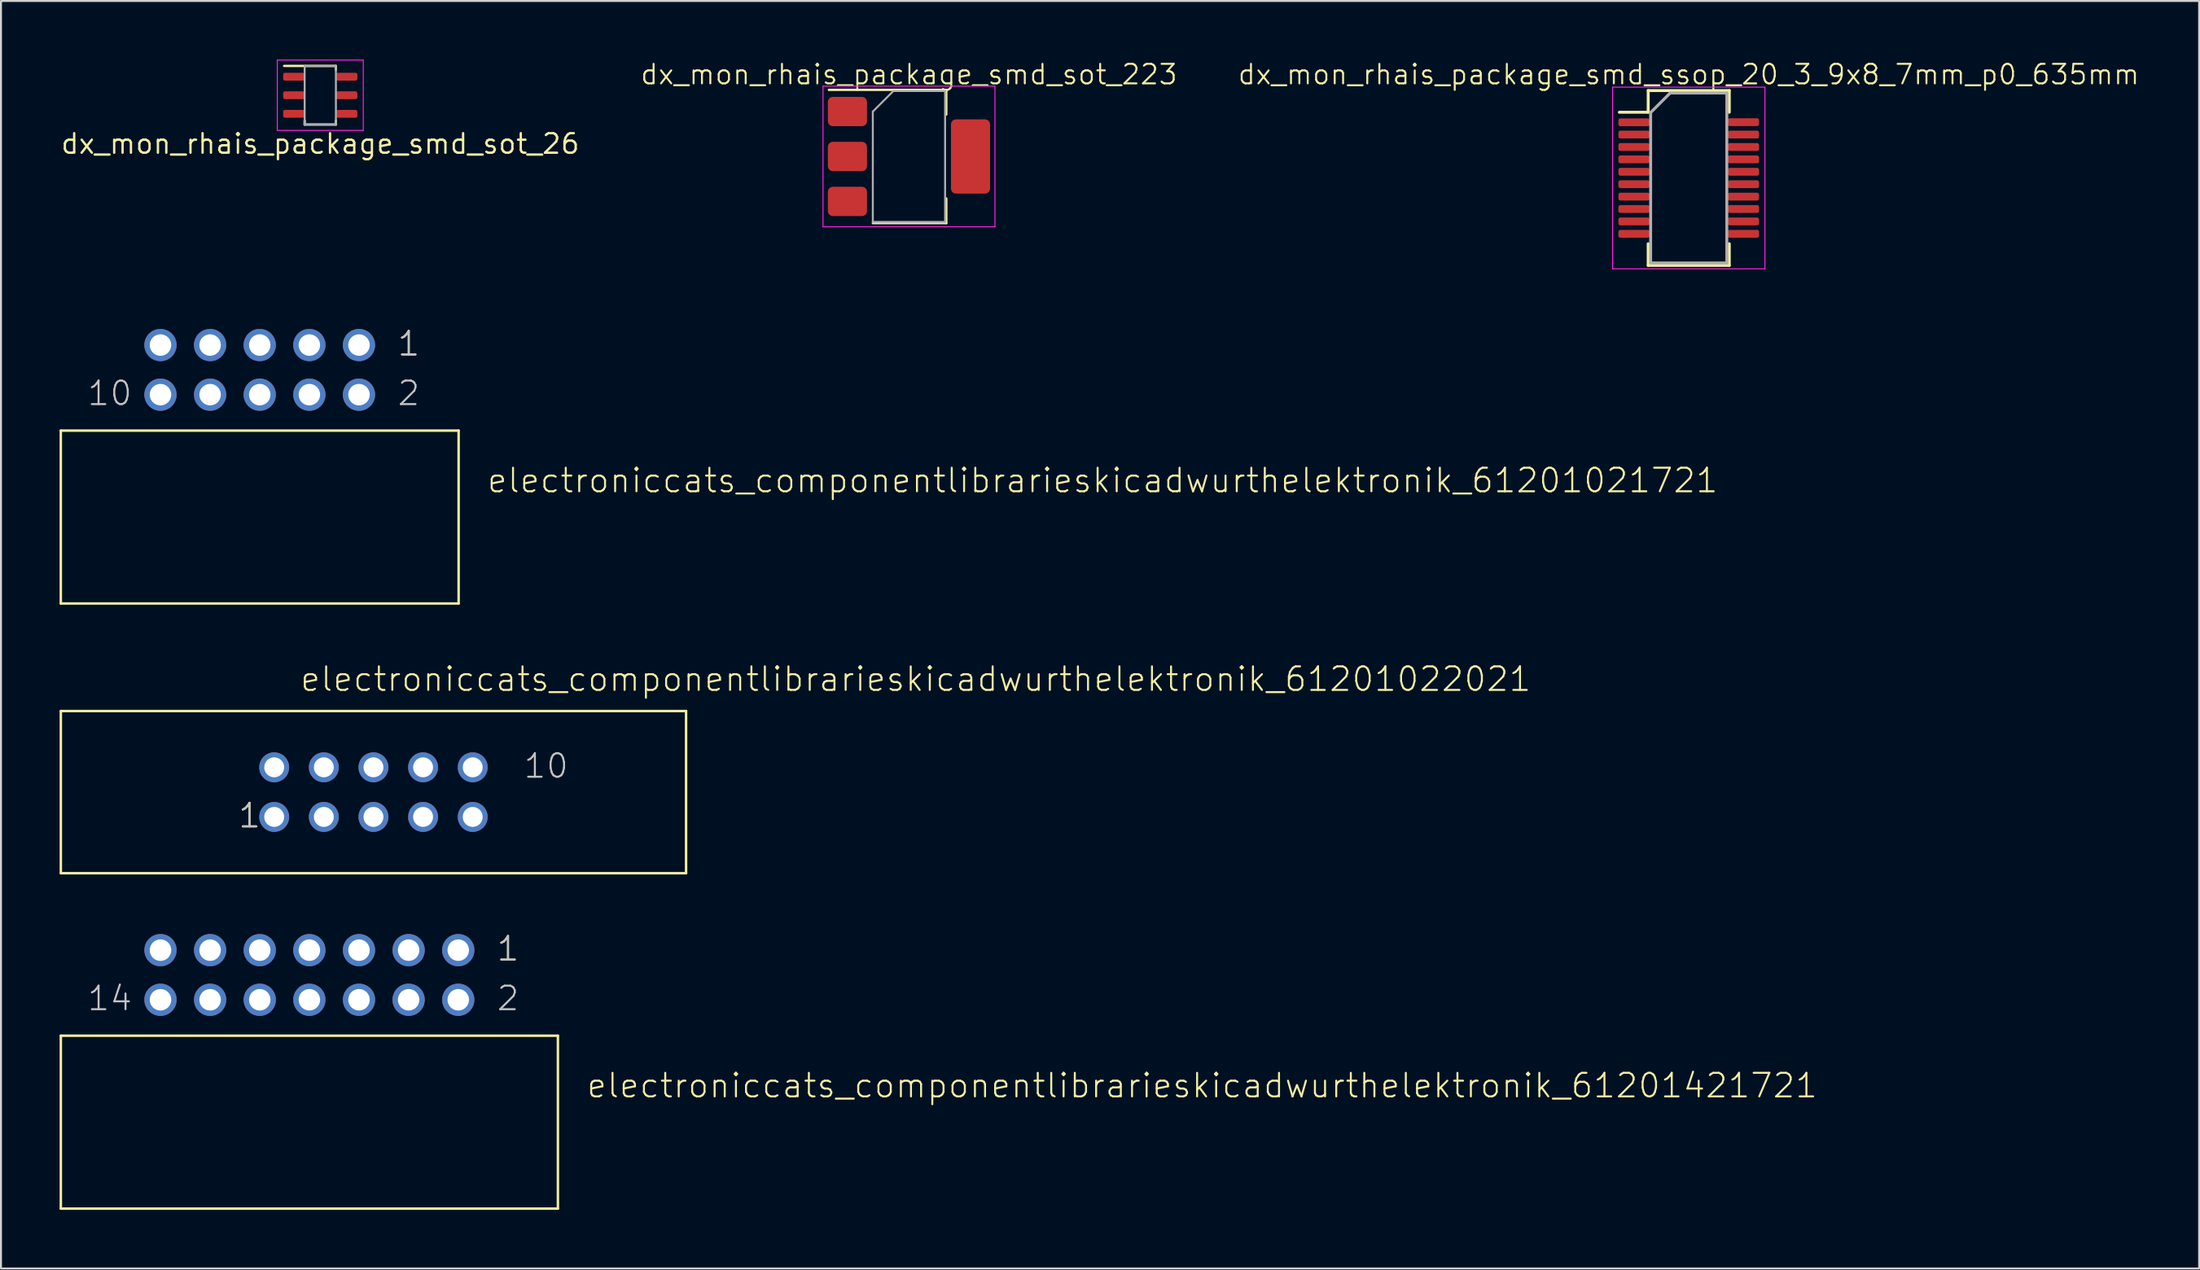
<source format=kicad_pcb>
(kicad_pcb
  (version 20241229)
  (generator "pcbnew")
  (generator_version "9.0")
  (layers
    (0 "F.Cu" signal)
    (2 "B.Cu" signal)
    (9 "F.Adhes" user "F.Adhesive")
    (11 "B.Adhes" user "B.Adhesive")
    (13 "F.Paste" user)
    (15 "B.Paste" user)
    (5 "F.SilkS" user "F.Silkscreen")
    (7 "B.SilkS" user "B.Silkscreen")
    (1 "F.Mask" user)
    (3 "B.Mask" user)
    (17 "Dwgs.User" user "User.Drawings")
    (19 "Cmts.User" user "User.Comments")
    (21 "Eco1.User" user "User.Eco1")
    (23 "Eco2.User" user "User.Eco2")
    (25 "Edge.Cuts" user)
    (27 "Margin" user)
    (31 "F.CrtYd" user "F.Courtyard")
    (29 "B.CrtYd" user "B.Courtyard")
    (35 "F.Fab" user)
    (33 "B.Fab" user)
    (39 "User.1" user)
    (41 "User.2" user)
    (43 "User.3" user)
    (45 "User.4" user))
  (footprint "dx_mon_rhais_package_smd_sot_223"
    (layer "F.Cu")
    (at 43.472 4.96)
    (property "Reference" "dx_mon_rhais_package_smd_sot_223" (at 0 -4.2 0) (layer "F.SilkS") (effects (font (size 1 1) (thickness 0.1))))
    (attr smd)
    (fp_line (start -4.1 -3.41) (end 1.91 -3.41) (stroke (width 0.12) (type solid)) (layer "F.SilkS"))
    (fp_line (start -1.85 3.41) (end 1.91 3.41) (stroke (width 0.12) (type solid)) (layer "F.SilkS"))
    (fp_line (start 1.91 -3.41) (end 1.91 -2.15) (stroke (width 0.12) (type solid)) (layer "F.SilkS"))
    (fp_line (start 1.91 3.41) (end 1.91 2.15) (stroke (width 0.12) (type solid)) (layer "F.SilkS"))
    (fp_line (start -4.4 -3.6) (end -4.4 3.6) (stroke (width 0.05) (type solid)) (layer "F.CrtYd"))
    (fp_line (start -4.4 3.6) (end 4.4 3.6) (stroke (width 0.05) (type solid)) (layer "F.CrtYd"))
    (fp_line (start 4.4 -3.6) (end -4.4 -3.6) (stroke (width 0.05) (type solid)) (layer "F.CrtYd"))
    (fp_line (start 4.4 3.6) (end 4.4 -3.6) (stroke (width 0.05) (type solid)) (layer "F.CrtYd"))
    (fp_line (start -1.85 -2.3) (end -1.85 3.35) (stroke (width 0.1) (type solid)) (layer "F.Fab"))
    (fp_line (start -1.85 -2.3) (end -0.8 -3.35) (stroke (width 0.1) (type solid)) (layer "F.Fab"))
    (fp_line (start -1.85 3.35) (end 1.85 3.35) (stroke (width 0.1) (type solid)) (layer "F.Fab"))
    (fp_line (start -0.8 -3.35) (end 1.85 -3.35) (stroke (width 0.1) (type solid)) (layer "F.Fab"))
    (fp_line (start 1.85 -3.35) (end 1.85 3.35) (stroke (width 0.1) (type solid)) (layer "F.Fab"))
    (pad "1" smd roundrect (at -3.15 -2.3) (size 2 1.5) (layers "F.Cu" "F.Mask" "F.Paste") (roundrect_rratio 0.167))
    (pad "2" smd roundrect (at -3.15 0) (size 2 1.5) (layers "F.Cu" "F.Mask" "F.Paste") (roundrect_rratio 0.167))
    (pad "3" smd roundrect (at -3.15 2.3) (size 2 1.5) (layers "F.Cu" "F.Mask" "F.Paste") (roundrect_rratio 0.167))
    (pad "4" smd roundrect (at 3.15 0) (size 2 3.8) (layers "F.Cu" "F.Mask" "F.Paste") (roundrect_rratio 0.125)))
  (footprint "dx_mon_rhais_package_smd_ssop_20_3_9x8_7mm_p0_635mm"
    (layer "F.Cu")
    (at 83.381 6.061)
    (property "Reference" "dx_mon_rhais_package_smd_ssop_20_3_9x8_7mm_p0_635mm" (at 0 -5.3 0) (layer "F.SilkS") (effects (font (size 1 1) (thickness 0.1))))
    (attr smd)
    (fp_line (start -2.075 -4.475) (end 2.075 -4.475) (stroke (width 0.15) (type solid)) (layer "F.SilkS"))
    (fp_line (start -2.075 -3.365) (end -3.55 -3.365) (stroke (width 0.15) (type solid)) (layer "F.SilkS"))
    (fp_line (start -2.075 -3.365) (end -2.075 -4.475) (stroke (width 0.15) (type solid)) (layer "F.SilkS"))
    (fp_line (start -2.075 4.475) (end -2.075 3.365) (stroke (width 0.15) (type solid)) (layer "F.SilkS"))
    (fp_line (start -2.075 4.475) (end 2.075 4.475) (stroke (width 0.15) (type solid)) (layer "F.SilkS"))
    (fp_line (start 2.075 -4.475) (end 2.075 -3.365) (stroke (width 0.15) (type solid)) (layer "F.SilkS"))
    (fp_line (start 2.075 4.475) (end 2.075 3.365) (stroke (width 0.15) (type solid)) (layer "F.SilkS"))
    (fp_line (start -3.9 -4.65) (end -3.9 4.65) (stroke (width 0.05) (type solid)) (layer "F.CrtYd"))
    (fp_line (start -3.9 -4.65) (end 3.9 -4.65) (stroke (width 0.05) (type solid)) (layer "F.CrtYd"))
    (fp_line (start -3.9 4.65) (end 3.9 4.65) (stroke (width 0.05) (type solid)) (layer "F.CrtYd"))
    (fp_line (start 3.9 -4.65) (end 3.9 4.65) (stroke (width 0.05) (type solid)) (layer "F.CrtYd"))
    (fp_line (start -1.95 -3.35) (end -0.95 -4.35) (stroke (width 0.15) (type solid)) (layer "F.Fab"))
    (fp_line (start -1.95 4.35) (end -1.95 -3.35) (stroke (width 0.15) (type solid)) (layer "F.Fab"))
    (fp_line (start -0.95 -4.35) (end 1.95 -4.35) (stroke (width 0.15) (type solid)) (layer "F.Fab"))
    (fp_line (start 1.95 -4.35) (end 1.95 4.35) (stroke (width 0.15) (type solid)) (layer "F.Fab"))
    (fp_line (start 1.95 4.35) (end -1.95 4.35) (stroke (width 0.15) (type solid)) (layer "F.Fab"))
    (pad "1" smd roundrect (at -2.8 -2.85) (size 1.6 0.4) (layers "F.Cu" "F.Mask" "F.Paste") (roundrect_rratio 0.25))
    (pad "2" smd roundrect (at -2.8 -2.223) (size 1.6 0.4) (layers "F.Cu" "F.Mask" "F.Paste") (roundrect_rratio 0.25))
    (pad "3" smd roundrect (at -2.8 -1.587) (size 1.6 0.4) (layers "F.Cu" "F.Mask" "F.Paste") (roundrect_rratio 0.25))
    (pad "4" smd roundrect (at -2.8 -0.953) (size 1.6 0.4) (layers "F.Cu" "F.Mask" "F.Paste") (roundrect_rratio 0.25))
    (pad "5" smd roundrect (at -2.8 -0.318) (size 1.6 0.4) (layers "F.Cu" "F.Mask" "F.Paste") (roundrect_rratio 0.25))
    (pad "6" smd roundrect (at -2.8 0.318) (size 1.6 0.4) (layers "F.Cu" "F.Mask" "F.Paste") (roundrect_rratio 0.25))
    (pad "7" smd roundrect (at -2.8 0.953) (size 1.6 0.4) (layers "F.Cu" "F.Mask" "F.Paste") (roundrect_rratio 0.25))
    (pad "8" smd roundrect (at -2.8 1.587) (size 1.6 0.4) (layers "F.Cu" "F.Mask" "F.Paste") (roundrect_rratio 0.25))
    (pad "9" smd roundrect (at -2.8 2.223) (size 1.6 0.4) (layers "F.Cu" "F.Mask" "F.Paste") (roundrect_rratio 0.25))
    (pad "10" smd roundrect (at -2.8 2.857) (size 1.6 0.4) (layers "F.Cu" "F.Mask" "F.Paste") (roundrect_rratio 0.25))
    (pad "11" smd roundrect (at 2.8 2.857) (size 1.6 0.4) (layers "F.Cu" "F.Mask" "F.Paste") (roundrect_rratio 0.25))
    (pad "12" smd roundrect (at 2.8 2.223) (size 1.6 0.4) (layers "F.Cu" "F.Mask" "F.Paste") (roundrect_rratio 0.25))
    (pad "13" smd roundrect (at 2.8 1.587) (size 1.6 0.4) (layers "F.Cu" "F.Mask" "F.Paste") (roundrect_rratio 0.25))
    (pad "14" smd roundrect (at 2.8 0.953) (size 1.6 0.4) (layers "F.Cu" "F.Mask" "F.Paste") (roundrect_rratio 0.25))
    (pad "15" smd roundrect (at 2.8 0.318) (size 1.6 0.4) (layers "F.Cu" "F.Mask" "F.Paste") (roundrect_rratio 0.25))
    (pad "16" smd roundrect (at 2.8 -0.318) (size 1.6 0.4) (layers "F.Cu" "F.Mask" "F.Paste") (roundrect_rratio 0.25))
    (pad "17" smd roundrect (at 2.8 -0.953) (size 1.6 0.4) (layers "F.Cu" "F.Mask" "F.Paste") (roundrect_rratio 0.25))
    (pad "18" smd roundrect (at 2.8 -1.587) (size 1.6 0.4) (layers "F.Cu" "F.Mask" "F.Paste") (roundrect_rratio 0.25))
    (pad "19" smd roundrect (at 2.8 -2.223) (size 1.6 0.4) (layers "F.Cu" "F.Mask" "F.Paste") (roundrect_rratio 0.25))
    (pad "20" smd roundrect (at 2.8 -2.857) (size 1.6 0.4) (layers "F.Cu" "F.Mask" "F.Paste") (roundrect_rratio 0.25)))
  (footprint "dx_mon_rhais_package_smd_sot_26"
    (layer "F.Cu")
    (at 13.342 1.825)
    (property "Reference" "dx_mon_rhais_package_smd_sot_26" (at 0 1.9 0) (layer "F.SilkS") (effects (font (size 1 1) (thickness 0.12)) (justify top)))
    (attr smd)
    (fp_line (start -1.85 -1.5) (end 0.8 -1.5) (stroke (width 0.12) (type solid)) (layer "F.SilkS"))
    (fp_line (start -0.8 1.3) (end -0.8 1.5) (stroke (width 0.12) (type solid)) (layer "F.SilkS"))
    (fp_line (start -0.8 1.5) (end 0.8 1.5) (stroke (width 0.12) (type solid)) (layer "F.SilkS"))
    (fp_line (start 0.8 -1.5) (end 0.8 -1.3) (stroke (width 0.12) (type solid)) (layer "F.SilkS"))
    (fp_line (start 0.8 1.5) (end 0.8 1.3) (stroke (width 0.12) (type solid)) (layer "F.SilkS"))
    (fp_line (start -2.2 -1.8) (end 2.2 -1.8) (stroke (width 0.05) (type solid)) (layer "F.CrtYd"))
    (fp_line (start -2.2 1.8) (end -2.2 -1.8) (stroke (width 0.05) (type solid)) (layer "F.CrtYd"))
    (fp_line (start 2.2 -1.8) (end 2.2 1.8) (stroke (width 0.05) (type solid)) (layer "F.CrtYd"))
    (fp_line (start 2.2 1.8) (end -2.2 1.8) (stroke (width 0.05) (type solid)) (layer "F.CrtYd"))
    (fp_line (start -0.8 -1.5) (end 0.8 -1.5) (stroke (width 0.1) (type solid)) (layer "F.Fab"))
    (fp_line (start -0.8 1.5) (end -0.8 -1.5) (stroke (width 0.1) (type solid)) (layer "F.Fab"))
    (fp_line (start 0.8 -1.5) (end 0.8 1.5) (stroke (width 0.1) (type solid)) (layer "F.Fab"))
    (fp_line (start 0.8 1.5) (end -0.8 1.5) (stroke (width 0.1) (type solid)) (layer "F.Fab"))
    (pad "1" smd roundrect (at -1.35 -0.95 90) (size 0.4 1.1) (layers "F.Cu" "F.Mask" "F.Paste") (roundrect_rratio 0.25))
    (pad "2" smd roundrect (at -1.35 0 90) (size 0.4 1.1) (layers "F.Cu" "F.Mask" "F.Paste") (roundrect_rratio 0.25))
    (pad "3" smd roundrect (at -1.35 0.95 90) (size 0.4 1.1) (layers "F.Cu" "F.Mask" "F.Paste") (roundrect_rratio 0.25))
    (pad "4" smd roundrect (at 1.35 0.95 270) (size 0.4 1.1) (layers "F.Cu" "F.Mask" "F.Paste") (roundrect_rratio 0.25))
    (pad "5" smd roundrect (at 1.35 0 270) (size 0.4 1.1) (layers "F.Cu" "F.Mask" "F.Paste") (roundrect_rratio 0.25))
    (pad "6" smd roundrect (at 1.35 -0.95 270) (size 0.4 1.1) (layers "F.Cu" "F.Mask" "F.Paste") (roundrect_rratio 0.25)))
  (footprint "electroniccats_componentlibrarieskicadwurthelektronik_61201021721"
    (layer "F.Cu")
    (at 10.243 15.882)
    (property "Reference" "electroniccats_componentlibrarieskicadwurthelektronik_61201021721" (at 11.576 6.368 0) (layer "F.SilkS") (effects (font (size 1.206 1.206) (thickness 0.102)) (justify left bottom)))
    (attr through_hole)
    (fp_line (start -10.18 3.11) (end 10.18 3.11) (stroke (width 0.127) (type solid)) (layer "F.SilkS"))
    (fp_line (start -10.18 11.96) (end -10.18 3.11) (stroke (width 0.127) (type solid)) (layer "F.SilkS"))
    (fp_line (start 10.18 3.11) (end 10.18 11.96) (stroke (width 0.127) (type solid)) (layer "F.SilkS"))
    (fp_line (start 10.18 11.96) (end -10.18 11.96) (stroke (width 0.127) (type solid)) (layer "F.SilkS"))
    (fp_text user "1" (at 6.985 -0.635 0) (layer "F.SilkS") (effects (font (size 1.206 1.206) (thickness 0.102)) (justify left bottom)))
    (fp_text user "10" (at -8.89 1.905 0) (layer "Dwgs.User") (effects (font (size 1.206 1.206) (thickness 0.102)) (justify left bottom)))
    (fp_text user "2" (at 6.985 1.905 0) (layer "Dwgs.User") (effects (font (size 1.206 1.206) (thickness 0.102)) (justify left bottom)))
    (fp_text user "1" (at 6.985 -0.635 0) (layer "Dwgs.User") (effects (font (size 1.206 1.206) (thickness 0.102)) (justify left bottom)))
    (pad "1" thru_hole circle (at 5.08 -1.27) (size 1.65 1.65) (drill 1.1) (layers "*.Cu" "*.Mask"))
    (pad "2" thru_hole circle (at 5.08 1.27) (size 1.65 1.65) (drill 1.1) (layers "*.Cu" "*.Mask"))
    (pad "3" thru_hole circle (at 2.54 -1.27) (size 1.65 1.65) (drill 1.1) (layers "*.Cu" "*.Mask"))
    (pad "4" thru_hole circle (at 2.54 1.27) (size 1.65 1.65) (drill 1.1) (layers "*.Cu" "*.Mask"))
    (pad "5" thru_hole circle (at 0 -1.27) (size 1.65 1.65) (drill 1.1) (layers "*.Cu" "*.Mask"))
    (pad "6" thru_hole circle (at 0 1.27) (size 1.65 1.65) (drill 1.1) (layers "*.Cu" "*.Mask"))
    (pad "7" thru_hole circle (at -2.54 -1.27) (size 1.65 1.65) (drill 1.1) (layers "*.Cu" "*.Mask"))
    (pad "8" thru_hole circle (at -2.54 1.27) (size 1.65 1.65) (drill 1.1) (layers "*.Cu" "*.Mask"))
    (pad "9" thru_hole circle (at -5.08 -1.27) (size 1.65 1.65) (drill 1.1) (layers "*.Cu" "*.Mask"))
    (pad "10" thru_hole circle (at -5.08 1.27) (size 1.65 1.65) (drill 1.1) (layers "*.Cu" "*.Mask")))
  (footprint "electroniccats_componentlibrarieskicadwurthelektronik_61201421721"
    (layer "F.Cu")
    (at 12.784 46.856)
    (property "Reference" "electroniccats_componentlibrarieskicadwurthelektronik_61201421721" (at 14.127 6.368 0) (layer "F.SilkS") (effects (font (size 1.206 1.206) (thickness 0.102)) (justify left bottom)))
    (attr through_hole)
    (fp_line (start -12.72 3.11) (end 12.72 3.11) (stroke (width 0.127) (type solid)) (layer "F.SilkS"))
    (fp_line (start -12.72 11.96) (end -12.72 3.11) (stroke (width 0.127) (type solid)) (layer "F.SilkS"))
    (fp_line (start 12.72 3.11) (end 12.72 11.96) (stroke (width 0.127) (type solid)) (layer "F.SilkS"))
    (fp_line (start 12.72 11.96) (end -12.72 11.96) (stroke (width 0.127) (type solid)) (layer "F.SilkS"))
    (fp_text user "1" (at 9.525 -0.635 0) (layer "F.SilkS") (effects (font (size 1.206 1.206) (thickness 0.102)) (justify left bottom)))
    (fp_text user "2" (at 9.525 1.905 0) (layer "Dwgs.User") (effects (font (size 1.206 1.206) (thickness 0.102)) (justify left bottom)))
    (fp_text user "14" (at -11.43 1.905 0) (layer "Dwgs.User") (effects (font (size 1.206 1.206) (thickness 0.102)) (justify left bottom)))
    (fp_text user "1" (at 9.525 -0.635 0) (layer "Dwgs.User") (effects (font (size 1.206 1.206) (thickness 0.102)) (justify left bottom)))
    (pad "1" thru_hole circle (at 7.62 -1.27) (size 1.65 1.65) (drill 1.1) (layers "*.Cu" "*.Mask"))
    (pad "2" thru_hole circle (at 7.62 1.27) (size 1.65 1.65) (drill 1.1) (layers "*.Cu" "*.Mask"))
    (pad "3" thru_hole circle (at 5.08 -1.27) (size 1.65 1.65) (drill 1.1) (layers "*.Cu" "*.Mask"))
    (pad "4" thru_hole circle (at 5.08 1.27) (size 1.65 1.65) (drill 1.1) (layers "*.Cu" "*.Mask"))
    (pad "5" thru_hole circle (at 2.54 -1.27) (size 1.65 1.65) (drill 1.1) (layers "*.Cu" "*.Mask"))
    (pad "6" thru_hole circle (at 2.54 1.27) (size 1.65 1.65) (drill 1.1) (layers "*.Cu" "*.Mask"))
    (pad "7" thru_hole circle (at 0 -1.27) (size 1.65 1.65) (drill 1.1) (layers "*.Cu" "*.Mask"))
    (pad "8" thru_hole circle (at 0 1.27) (size 1.65 1.65) (drill 1.1) (layers "*.Cu" "*.Mask"))
    (pad "9" thru_hole circle (at -2.54 -1.27) (size 1.65 1.65) (drill 1.1) (layers "*.Cu" "*.Mask"))
    (pad "10" thru_hole circle (at -2.54 1.27) (size 1.65 1.65) (drill 1.1) (layers "*.Cu" "*.Mask"))
    (pad "11" thru_hole circle (at -5.08 -1.27) (size 1.65 1.65) (drill 1.1) (layers "*.Cu" "*.Mask"))
    (pad "12" thru_hole circle (at -5.08 1.27) (size 1.65 1.65) (drill 1.1) (layers "*.Cu" "*.Mask"))
    (pad "13" thru_hole circle (at -7.62 -1.27) (size 1.65 1.65) (drill 1.1) (layers "*.Cu" "*.Mask"))
    (pad "14" thru_hole circle (at -7.62 1.27) (size 1.65 1.65) (drill 1.1) (layers "*.Cu" "*.Mask")))
  (footprint "electroniccats_componentlibrarieskicadwurthelektronik_61201022021"
    (layer "F.Cu")
    (at 16.064 37.497)
    (property "Reference" "electroniccats_componentlibrarieskicadwurthelektronik_61201022021" (at -3.81 -5.08 0) (layer "F.SilkS") (effects (font (size 1.206 1.206) (thickness 0.102)) (justify left bottom)))
    (attr through_hole)
    (fp_line (start -16 -4.15) (end 16 -4.15) (stroke (width 0.127) (type solid)) (layer "F.SilkS"))
    (fp_line (start -16 4.15) (end -16 -4.15) (stroke (width 0.127) (type solid)) (layer "F.SilkS"))
    (fp_line (start 16 -4.15) (end 16 4.15) (stroke (width 0.127) (type solid)) (layer "F.SilkS"))
    (fp_line (start 16 4.15) (end -16 4.15) (stroke (width 0.127) (type solid)) (layer "F.SilkS"))
    (fp_text user "1" (at -6.985 1.905 0) (layer "F.SilkS") (effects (font (size 1.206 1.206) (thickness 0.102)) (justify left bottom)))
    (fp_text user "1" (at -6.985 1.905 0) (layer "Dwgs.User") (effects (font (size 1.206 1.206) (thickness 0.102)) (justify left bottom)))
    (fp_text user "10" (at 7.62 -0.635 0) (layer "Dwgs.User") (effects (font (size 1.206 1.206) (thickness 0.102)) (justify left bottom)))
    (pad "1" thru_hole circle (at -5.08 1.27 180) (size 1.53 1.53) (drill 1.02) (layers "*.Cu" "*.Mask"))
    (pad "2" thru_hole circle (at -5.08 -1.27 180) (size 1.53 1.53) (drill 1.02) (layers "*.Cu" "*.Mask"))
    (pad "3" thru_hole circle (at -2.54 1.27 180) (size 1.53 1.53) (drill 1.02) (layers "*.Cu" "*.Mask"))
    (pad "4" thru_hole circle (at -2.54 -1.27 180) (size 1.53 1.53) (drill 1.02) (layers "*.Cu" "*.Mask"))
    (pad "5" thru_hole circle (at 0 1.27 180) (size 1.53 1.53) (drill 1.02) (layers "*.Cu" "*.Mask"))
    (pad "6" thru_hole circle (at 0 -1.27 180) (size 1.53 1.53) (drill 1.02) (layers "*.Cu" "*.Mask"))
    (pad "7" thru_hole circle (at 2.54 1.27 180) (size 1.53 1.53) (drill 1.02) (layers "*.Cu" "*.Mask"))
    (pad "8" thru_hole circle (at 2.54 -1.27 180) (size 1.53 1.53) (drill 1.02) (layers "*.Cu" "*.Mask"))
    (pad "9" thru_hole circle (at 5.08 1.27 180) (size 1.53 1.53) (drill 1.02) (layers "*.Cu" "*.Mask"))
    (pad "10" thru_hole circle (at 5.08 -1.27 180) (size 1.53 1.53) (drill 1.02) (layers "*.Cu" "*.Mask")))
  (gr_rect
    (start -3 -3)
    (end 109.503 61.88)
    (stroke (width 0.1) (type default))
    (fill no)
    (layer "Edge.Cuts")))
</source>
